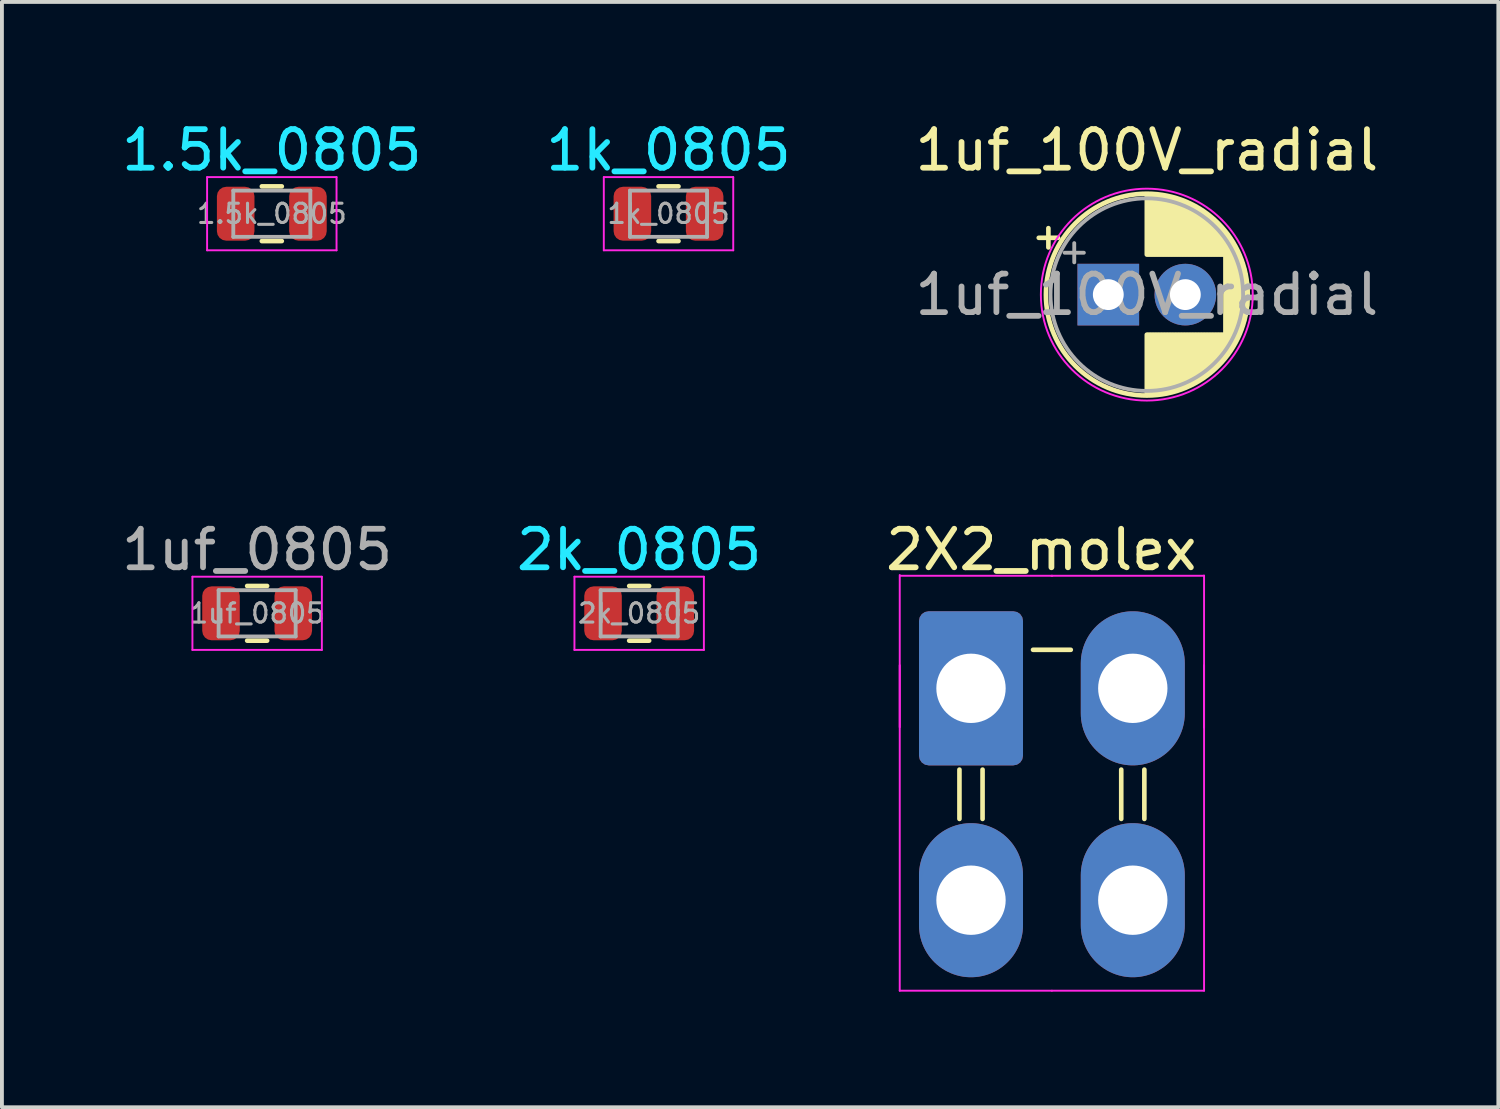
<source format=kicad_pcb>
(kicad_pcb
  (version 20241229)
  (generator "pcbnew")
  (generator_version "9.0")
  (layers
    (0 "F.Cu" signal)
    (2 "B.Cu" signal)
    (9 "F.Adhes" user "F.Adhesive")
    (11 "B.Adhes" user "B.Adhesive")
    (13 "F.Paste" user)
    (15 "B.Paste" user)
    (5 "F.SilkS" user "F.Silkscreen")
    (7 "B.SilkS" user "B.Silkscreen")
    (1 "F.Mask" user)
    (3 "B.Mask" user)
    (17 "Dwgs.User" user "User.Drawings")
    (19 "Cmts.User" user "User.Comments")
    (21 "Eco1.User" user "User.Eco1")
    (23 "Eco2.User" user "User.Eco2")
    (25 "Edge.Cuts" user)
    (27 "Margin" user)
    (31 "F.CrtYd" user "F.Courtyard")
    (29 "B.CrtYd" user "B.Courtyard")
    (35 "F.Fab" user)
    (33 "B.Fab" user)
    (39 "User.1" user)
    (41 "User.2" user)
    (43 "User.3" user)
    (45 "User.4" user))
  (footprint "2X2_molex"
    (layer "F.Cu")
    (at 22.156 14.818)
    (property "Reference" "2X2_molex" (at 1.826 -3.597 0) (layer "F.SilkS") (effects (font (size 1 1) (thickness 0.15))))
    (attr through_hole)
    (fp_line (start -0.3 2.11) (end -0.3 3.39) (stroke (width 0.12) (type solid)) (layer "F.SilkS"))
    (fp_line (start 0.3 2.11) (end 0.3 3.39) (stroke (width 0.12) (type solid)) (layer "F.SilkS"))
    (fp_line (start 1.61 -1) (end 2.59 -1) (stroke (width 0.12) (type solid)) (layer "F.SilkS"))
    (fp_line (start 3.9 2.11) (end 3.9 3.39) (stroke (width 0.12) (type solid)) (layer "F.SilkS"))
    (fp_line (start 4.5 2.11) (end 4.5 3.39) (stroke (width 0.12) (type solid)) (layer "F.SilkS"))
    (fp_line (start -1.85 1.009) (end -1.85 -2.941) (stroke (width 0.05) (type solid)) (layer "F.CrtYd"))
    (fp_line (start -1.85 -0.6) (end -1.85 7.85) (stroke (width 0.05) (type solid)) (layer "F.CrtYd"))
    (fp_line (start -1.85 7.85) (end 2.1 7.85) (stroke (width 0.05) (type solid)) (layer "F.CrtYd"))
    (fp_line (start -1.839 -2.921) (end 2.111 -2.921) (stroke (width 0.05) (type solid)) (layer "F.CrtYd"))
    (fp_line (start 2.09 -2.921) (end 6.04 -2.921) (stroke (width 0.05) (type solid)) (layer "F.CrtYd"))
    (fp_line (start 6.05 -0.6) (end 6.05 7.85) (stroke (width 0.05) (type solid)) (layer "F.CrtYd"))
    (fp_line (start 6.05 7.85) (end 2.1 7.85) (stroke (width 0.05) (type solid)) (layer "F.CrtYd"))
    (fp_line (start 6.05 1.021) (end 6.05 -2.929) (stroke (width 0.05) (type solid)) (layer "F.CrtYd"))
    (pad "1" thru_hole roundrect (at 0 0) (size 2.7 4) (drill 1.8) (layers "*.Cu" "*.Mask") (roundrect_rratio 0.093))
    (pad "2" thru_hole oval (at 4.2 0) (size 2.7 4) (drill 1.8) (layers "*.Cu" "*.Mask"))
    (pad "3" thru_hole oval (at 0 5.5) (size 2.7 4) (drill 1.8) (layers "*.Cu" "*.Mask"))
    (pad "4" thru_hole oval (at 4.2 5.5) (size 2.7 4) (drill 1.8) (layers "*.Cu" "*.Mask")))
  (footprint "2k_0805"
    (layer "F.Cu")
    (at 13.542 12.871)
    (property "Reference" "2k_0805" (at 0 -1.65 0) (layer "B.CrtYd") (effects (font (size 1 1) (thickness 0.15))))
    (attr smd)
    (fp_line (start -0.259 -0.71) (end 0.259 -0.71) (stroke (width 0.12) (type solid)) (layer "F.SilkS"))
    (fp_line (start -0.259 0.71) (end 0.259 0.71) (stroke (width 0.12) (type solid)) (layer "F.SilkS"))
    (fp_line (start -1.68 -0.95) (end 1.68 -0.95) (stroke (width 0.05) (type solid)) (layer "F.CrtYd"))
    (fp_line (start -1.68 0.95) (end -1.68 -0.95) (stroke (width 0.05) (type solid)) (layer "F.CrtYd"))
    (fp_line (start 1.68 -0.95) (end 1.68 0.95) (stroke (width 0.05) (type solid)) (layer "F.CrtYd"))
    (fp_line (start 1.68 0.95) (end -1.68 0.95) (stroke (width 0.05) (type solid)) (layer "F.CrtYd"))
    (fp_line (start -1 -0.6) (end 1 -0.6) (stroke (width 0.1) (type solid)) (layer "F.Fab"))
    (fp_line (start -1 0.6) (end -1 -0.6) (stroke (width 0.1) (type solid)) (layer "F.Fab"))
    (fp_line (start 1 -0.6) (end 1 0.6) (stroke (width 0.1) (type solid)) (layer "F.Fab"))
    (fp_line (start 1 0.6) (end -1 0.6) (stroke (width 0.1) (type solid)) (layer "F.Fab"))
    (fp_text user "${REFERENCE}" (at 0 0 0) (layer "F.Fab") (effects (font (size 0.5 0.5) (thickness 0.08))))
    (pad "1" smd roundrect (at -0.938 0) (size 0.975 1.4) (layers "F.Cu" "F.Mask" "F.Paste") (roundrect_rratio 0.25))
    (pad "2" smd roundrect (at 0.938 0) (size 0.975 1.4) (layers "F.Cu" "F.Mask" "F.Paste") (roundrect_rratio 0.25)))
  (footprint "1uf_0805"
    (layer "F.Cu")
    (at 3.625 12.871)
    (property "Reference" "1uf_0805" (at 0 -1.65 0) (layer "F.Fab") (effects (font (size 1 1) (thickness 0.15))))
    (attr smd)
    (fp_line (start -0.259 -0.71) (end 0.259 -0.71) (stroke (width 0.12) (type solid)) (layer "F.SilkS"))
    (fp_line (start -0.259 0.71) (end 0.259 0.71) (stroke (width 0.12) (type solid)) (layer "F.SilkS"))
    (fp_line (start -1.68 -0.95) (end 1.68 -0.95) (stroke (width 0.05) (type solid)) (layer "F.CrtYd"))
    (fp_line (start -1.68 0.95) (end -1.68 -0.95) (stroke (width 0.05) (type solid)) (layer "F.CrtYd"))
    (fp_line (start 1.68 -0.95) (end 1.68 0.95) (stroke (width 0.05) (type solid)) (layer "F.CrtYd"))
    (fp_line (start 1.68 0.95) (end -1.68 0.95) (stroke (width 0.05) (type solid)) (layer "F.CrtYd"))
    (fp_line (start -1 -0.6) (end 1 -0.6) (stroke (width 0.1) (type solid)) (layer "F.Fab"))
    (fp_line (start -1 0.6) (end -1 -0.6) (stroke (width 0.1) (type solid)) (layer "F.Fab"))
    (fp_line (start 1 -0.6) (end 1 0.6) (stroke (width 0.1) (type solid)) (layer "F.Fab"))
    (fp_line (start 1 0.6) (end -1 0.6) (stroke (width 0.1) (type solid)) (layer "F.Fab"))
    (fp_text user "${REFERENCE}" (at 0 0 0) (layer "F.Fab") (effects (font (size 0.5 0.5) (thickness 0.08))))
    (pad "1" smd roundrect (at -0.938 0) (size 0.975 1.4) (layers "F.Cu" "F.Mask" "F.Paste") (roundrect_rratio 0.25))
    (pad "2" smd roundrect (at 0.938 0) (size 0.975 1.4) (layers "F.Cu" "F.Mask" "F.Paste") (roundrect_rratio 0.25)))
  (footprint "1uf_100V_radial"
    (layer "F.Cu")
    (at 25.72 4.598)
    (property "Reference" "1uf_100V_radial" (at 1 -3.75 0) (layer "F.SilkS") (effects (font (size 1 1) (thickness 0.15))))
    (attr through_hole)
    (fp_line (start -1.805 -1.475) (end -1.305 -1.475) (stroke (width 0.12) (type solid)) (layer "F.SilkS"))
    (fp_line (start -1.555 -1.725) (end -1.555 -1.225) (stroke (width 0.12) (type solid)) (layer "F.SilkS"))
    (fp_line (start 1 -2.58) (end 1 -1.04) (stroke (width 0.12) (type solid)) (layer "F.SilkS"))
    (fp_line (start 1 1.04) (end 1 2.58) (stroke (width 0.12) (type solid)) (layer "F.SilkS"))
    (fp_line (start 1.04 -2.58) (end 1.04 -1.04) (stroke (width 0.12) (type solid)) (layer "F.SilkS"))
    (fp_line (start 1.04 1.04) (end 1.04 2.58) (stroke (width 0.12) (type solid)) (layer "F.SilkS"))
    (fp_line (start 1.08 -2.579) (end 1.08 -1.04) (stroke (width 0.12) (type solid)) (layer "F.SilkS"))
    (fp_line (start 1.08 1.04) (end 1.08 2.579) (stroke (width 0.12) (type solid)) (layer "F.SilkS"))
    (fp_line (start 1.12 -2.578) (end 1.12 -1.04) (stroke (width 0.12) (type solid)) (layer "F.SilkS"))
    (fp_line (start 1.12 1.04) (end 1.12 2.578) (stroke (width 0.12) (type solid)) (layer "F.SilkS"))
    (fp_line (start 1.16 -2.576) (end 1.16 -1.04) (stroke (width 0.12) (type solid)) (layer "F.SilkS"))
    (fp_line (start 1.16 1.04) (end 1.16 2.576) (stroke (width 0.12) (type solid)) (layer "F.SilkS"))
    (fp_line (start 1.2 -2.573) (end 1.2 -1.04) (stroke (width 0.12) (type solid)) (layer "F.SilkS"))
    (fp_line (start 1.2 1.04) (end 1.2 2.573) (stroke (width 0.12) (type solid)) (layer "F.SilkS"))
    (fp_line (start 1.24 -2.569) (end 1.24 -1.04) (stroke (width 0.12) (type solid)) (layer "F.SilkS"))
    (fp_line (start 1.24 1.04) (end 1.24 2.569) (stroke (width 0.12) (type solid)) (layer "F.SilkS"))
    (fp_line (start 1.28 -2.565) (end 1.28 -1.04) (stroke (width 0.12) (type solid)) (layer "F.SilkS"))
    (fp_line (start 1.28 1.04) (end 1.28 2.565) (stroke (width 0.12) (type solid)) (layer "F.SilkS"))
    (fp_line (start 1.32 -2.561) (end 1.32 -1.04) (stroke (width 0.12) (type solid)) (layer "F.SilkS"))
    (fp_line (start 1.32 1.04) (end 1.32 2.561) (stroke (width 0.12) (type solid)) (layer "F.SilkS"))
    (fp_line (start 1.36 -2.556) (end 1.36 -1.04) (stroke (width 0.12) (type solid)) (layer "F.SilkS"))
    (fp_line (start 1.36 1.04) (end 1.36 2.556) (stroke (width 0.12) (type solid)) (layer "F.SilkS"))
    (fp_line (start 1.4 -2.55) (end 1.4 -1.04) (stroke (width 0.12) (type solid)) (layer "F.SilkS"))
    (fp_line (start 1.4 1.04) (end 1.4 2.55) (stroke (width 0.12) (type solid)) (layer "F.SilkS"))
    (fp_line (start 1.44 -2.543) (end 1.44 -1.04) (stroke (width 0.12) (type solid)) (layer "F.SilkS"))
    (fp_line (start 1.44 1.04) (end 1.44 2.543) (stroke (width 0.12) (type solid)) (layer "F.SilkS"))
    (fp_line (start 1.48 -2.536) (end 1.48 -1.04) (stroke (width 0.12) (type solid)) (layer "F.SilkS"))
    (fp_line (start 1.48 1.04) (end 1.48 2.536) (stroke (width 0.12) (type solid)) (layer "F.SilkS"))
    (fp_line (start 1.52 -2.528) (end 1.52 -1.04) (stroke (width 0.12) (type solid)) (layer "F.SilkS"))
    (fp_line (start 1.52 1.04) (end 1.52 2.528) (stroke (width 0.12) (type solid)) (layer "F.SilkS"))
    (fp_line (start 1.56 -2.52) (end 1.56 -1.04) (stroke (width 0.12) (type solid)) (layer "F.SilkS"))
    (fp_line (start 1.56 1.04) (end 1.56 2.52) (stroke (width 0.12) (type solid)) (layer "F.SilkS"))
    (fp_line (start 1.6 -2.511) (end 1.6 -1.04) (stroke (width 0.12) (type solid)) (layer "F.SilkS"))
    (fp_line (start 1.6 1.04) (end 1.6 2.511) (stroke (width 0.12) (type solid)) (layer "F.SilkS"))
    (fp_line (start 1.64 -2.501) (end 1.64 -1.04) (stroke (width 0.12) (type solid)) (layer "F.SilkS"))
    (fp_line (start 1.64 1.04) (end 1.64 2.501) (stroke (width 0.12) (type solid)) (layer "F.SilkS"))
    (fp_line (start 1.68 -2.491) (end 1.68 -1.04) (stroke (width 0.12) (type solid)) (layer "F.SilkS"))
    (fp_line (start 1.68 1.04) (end 1.68 2.491) (stroke (width 0.12) (type solid)) (layer "F.SilkS"))
    (fp_line (start 1.721 -2.48) (end 1.721 -1.04) (stroke (width 0.12) (type solid)) (layer "F.SilkS"))
    (fp_line (start 1.721 1.04) (end 1.721 2.48) (stroke (width 0.12) (type solid)) (layer "F.SilkS"))
    (fp_line (start 1.761 -2.468) (end 1.761 -1.04) (stroke (width 0.12) (type solid)) (layer "F.SilkS"))
    (fp_line (start 1.761 1.04) (end 1.761 2.468) (stroke (width 0.12) (type solid)) (layer "F.SilkS"))
    (fp_line (start 1.801 -2.455) (end 1.801 -1.04) (stroke (width 0.12) (type solid)) (layer "F.SilkS"))
    (fp_line (start 1.801 1.04) (end 1.801 2.455) (stroke (width 0.12) (type solid)) (layer "F.SilkS"))
    (fp_line (start 1.841 -2.442) (end 1.841 -1.04) (stroke (width 0.12) (type solid)) (layer "F.SilkS"))
    (fp_line (start 1.841 1.04) (end 1.841 2.442) (stroke (width 0.12) (type solid)) (layer "F.SilkS"))
    (fp_line (start 1.881 -2.428) (end 1.881 -1.04) (stroke (width 0.12) (type solid)) (layer "F.SilkS"))
    (fp_line (start 1.881 1.04) (end 1.881 2.428) (stroke (width 0.12) (type solid)) (layer "F.SilkS"))
    (fp_line (start 1.921 -2.414) (end 1.921 -1.04) (stroke (width 0.12) (type solid)) (layer "F.SilkS"))
    (fp_line (start 1.921 1.04) (end 1.921 2.414) (stroke (width 0.12) (type solid)) (layer "F.SilkS"))
    (fp_line (start 1.961 -2.398) (end 1.961 -1.04) (stroke (width 0.12) (type solid)) (layer "F.SilkS"))
    (fp_line (start 1.961 1.04) (end 1.961 2.398) (stroke (width 0.12) (type solid)) (layer "F.SilkS"))
    (fp_line (start 2.001 -2.382) (end 2.001 -1.04) (stroke (width 0.12) (type solid)) (layer "F.SilkS"))
    (fp_line (start 2.001 1.04) (end 2.001 2.382) (stroke (width 0.12) (type solid)) (layer "F.SilkS"))
    (fp_line (start 2.041 -2.365) (end 2.041 -1.04) (stroke (width 0.12) (type solid)) (layer "F.SilkS"))
    (fp_line (start 2.041 1.04) (end 2.041 2.365) (stroke (width 0.12) (type solid)) (layer "F.SilkS"))
    (fp_line (start 2.081 -2.348) (end 2.081 -1.04) (stroke (width 0.12) (type solid)) (layer "F.SilkS"))
    (fp_line (start 2.081 1.04) (end 2.081 2.348) (stroke (width 0.12) (type solid)) (layer "F.SilkS"))
    (fp_line (start 2.121 -2.329) (end 2.121 -1.04) (stroke (width 0.12) (type solid)) (layer "F.SilkS"))
    (fp_line (start 2.121 1.04) (end 2.121 2.329) (stroke (width 0.12) (type solid)) (layer "F.SilkS"))
    (fp_line (start 2.161 -2.31) (end 2.161 -1.04) (stroke (width 0.12) (type solid)) (layer "F.SilkS"))
    (fp_line (start 2.161 1.04) (end 2.161 2.31) (stroke (width 0.12) (type solid)) (layer "F.SilkS"))
    (fp_line (start 2.201 -2.29) (end 2.201 -1.04) (stroke (width 0.12) (type solid)) (layer "F.SilkS"))
    (fp_line (start 2.201 1.04) (end 2.201 2.29) (stroke (width 0.12) (type solid)) (layer "F.SilkS"))
    (fp_line (start 2.241 -2.268) (end 2.241 -1.04) (stroke (width 0.12) (type solid)) (layer "F.SilkS"))
    (fp_line (start 2.241 1.04) (end 2.241 2.268) (stroke (width 0.12) (type solid)) (layer "F.SilkS"))
    (fp_line (start 2.281 -2.247) (end 2.281 -1.04) (stroke (width 0.12) (type solid)) (layer "F.SilkS"))
    (fp_line (start 2.281 1.04) (end 2.281 2.247) (stroke (width 0.12) (type solid)) (layer "F.SilkS"))
    (fp_line (start 2.321 -2.224) (end 2.321 -1.04) (stroke (width 0.12) (type solid)) (layer "F.SilkS"))
    (fp_line (start 2.321 1.04) (end 2.321 2.224) (stroke (width 0.12) (type solid)) (layer "F.SilkS"))
    (fp_line (start 2.361 -2.2) (end 2.361 -1.04) (stroke (width 0.12) (type solid)) (layer "F.SilkS"))
    (fp_line (start 2.361 1.04) (end 2.361 2.2) (stroke (width 0.12) (type solid)) (layer "F.SilkS"))
    (fp_line (start 2.401 -2.175) (end 2.401 -1.04) (stroke (width 0.12) (type solid)) (layer "F.SilkS"))
    (fp_line (start 2.401 1.04) (end 2.401 2.175) (stroke (width 0.12) (type solid)) (layer "F.SilkS"))
    (fp_line (start 2.441 -2.149) (end 2.441 -1.04) (stroke (width 0.12) (type solid)) (layer "F.SilkS"))
    (fp_line (start 2.441 1.04) (end 2.441 2.149) (stroke (width 0.12) (type solid)) (layer "F.SilkS"))
    (fp_line (start 2.481 -2.122) (end 2.481 -1.04) (stroke (width 0.12) (type solid)) (layer "F.SilkS"))
    (fp_line (start 2.481 1.04) (end 2.481 2.122) (stroke (width 0.12) (type solid)) (layer "F.SilkS"))
    (fp_line (start 2.521 -2.095) (end 2.521 -1.04) (stroke (width 0.12) (type solid)) (layer "F.SilkS"))
    (fp_line (start 2.521 1.04) (end 2.521 2.095) (stroke (width 0.12) (type solid)) (layer "F.SilkS"))
    (fp_line (start 2.561 -2.065) (end 2.561 -1.04) (stroke (width 0.12) (type solid)) (layer "F.SilkS"))
    (fp_line (start 2.561 1.04) (end 2.561 2.065) (stroke (width 0.12) (type solid)) (layer "F.SilkS"))
    (fp_line (start 2.601 -2.035) (end 2.601 -1.04) (stroke (width 0.12) (type solid)) (layer "F.SilkS"))
    (fp_line (start 2.601 1.04) (end 2.601 2.035) (stroke (width 0.12) (type solid)) (layer "F.SilkS"))
    (fp_line (start 2.641 -2.004) (end 2.641 -1.04) (stroke (width 0.12) (type solid)) (layer "F.SilkS"))
    (fp_line (start 2.641 1.04) (end 2.641 2.004) (stroke (width 0.12) (type solid)) (layer "F.SilkS"))
    (fp_line (start 2.681 -1.971) (end 2.681 -1.04) (stroke (width 0.12) (type solid)) (layer "F.SilkS"))
    (fp_line (start 2.681 1.04) (end 2.681 1.971) (stroke (width 0.12) (type solid)) (layer "F.SilkS"))
    (fp_line (start 2.721 -1.937) (end 2.721 -1.04) (stroke (width 0.12) (type solid)) (layer "F.SilkS"))
    (fp_line (start 2.721 1.04) (end 2.721 1.937) (stroke (width 0.12) (type solid)) (layer "F.SilkS"))
    (fp_line (start 2.761 -1.901) (end 2.761 -1.04) (stroke (width 0.12) (type solid)) (layer "F.SilkS"))
    (fp_line (start 2.761 1.04) (end 2.761 1.901) (stroke (width 0.12) (type solid)) (layer "F.SilkS"))
    (fp_line (start 2.801 -1.864) (end 2.801 -1.04) (stroke (width 0.12) (type solid)) (layer "F.SilkS"))
    (fp_line (start 2.801 1.04) (end 2.801 1.864) (stroke (width 0.12) (type solid)) (layer "F.SilkS"))
    (fp_line (start 2.841 -1.826) (end 2.841 -1.04) (stroke (width 0.12) (type solid)) (layer "F.SilkS"))
    (fp_line (start 2.841 1.04) (end 2.841 1.826) (stroke (width 0.12) (type solid)) (layer "F.SilkS"))
    (fp_line (start 2.881 -1.785) (end 2.881 -1.04) (stroke (width 0.12) (type solid)) (layer "F.SilkS"))
    (fp_line (start 2.881 1.04) (end 2.881 1.785) (stroke (width 0.12) (type solid)) (layer "F.SilkS"))
    (fp_line (start 2.921 -1.743) (end 2.921 -1.04) (stroke (width 0.12) (type solid)) (layer "F.SilkS"))
    (fp_line (start 2.921 1.04) (end 2.921 1.743) (stroke (width 0.12) (type solid)) (layer "F.SilkS"))
    (fp_line (start 2.961 -1.699) (end 2.961 -1.04) (stroke (width 0.12) (type solid)) (layer "F.SilkS"))
    (fp_line (start 2.961 1.04) (end 2.961 1.699) (stroke (width 0.12) (type solid)) (layer "F.SilkS"))
    (fp_line (start 3.001 -1.653) (end 3.001 -1.04) (stroke (width 0.12) (type solid)) (layer "F.SilkS"))
    (fp_line (start 3.001 1.04) (end 3.001 1.653) (stroke (width 0.12) (type solid)) (layer "F.SilkS"))
    (fp_line (start 3.041 -1.605) (end 3.041 1.605) (stroke (width 0.12) (type solid)) (layer "F.SilkS"))
    (fp_line (start 3.081 -1.554) (end 3.081 1.554) (stroke (width 0.12) (type solid)) (layer "F.SilkS"))
    (fp_line (start 3.121 -1.5) (end 3.121 1.5) (stroke (width 0.12) (type solid)) (layer "F.SilkS"))
    (fp_line (start 3.161 -1.443) (end 3.161 1.443) (stroke (width 0.12) (type solid)) (layer "F.SilkS"))
    (fp_line (start 3.201 -1.383) (end 3.201 1.383) (stroke (width 0.12) (type solid)) (layer "F.SilkS"))
    (fp_line (start 3.241 -1.319) (end 3.241 1.319) (stroke (width 0.12) (type solid)) (layer "F.SilkS"))
    (fp_line (start 3.281 -1.251) (end 3.281 1.251) (stroke (width 0.12) (type solid)) (layer "F.SilkS"))
    (fp_line (start 3.321 -1.178) (end 3.321 1.178) (stroke (width 0.12) (type solid)) (layer "F.SilkS"))
    (fp_line (start 3.361 -1.098) (end 3.361 1.098) (stroke (width 0.12) (type solid)) (layer "F.SilkS"))
    (fp_line (start 3.401 -1.011) (end 3.401 1.011) (stroke (width 0.12) (type solid)) (layer "F.SilkS"))
    (fp_line (start 3.441 -0.915) (end 3.441 0.915) (stroke (width 0.12) (type solid)) (layer "F.SilkS"))
    (fp_line (start 3.481 -0.805) (end 3.481 0.805) (stroke (width 0.12) (type solid)) (layer "F.SilkS"))
    (fp_line (start 3.521 -0.677) (end 3.521 0.677) (stroke (width 0.12) (type solid)) (layer "F.SilkS"))
    (fp_line (start 3.561 -0.518) (end 3.561 0.518) (stroke (width 0.12) (type solid)) (layer "F.SilkS"))
    (fp_line (start 3.601 -0.284) (end 3.601 0.284) (stroke (width 0.12) (type solid)) (layer "F.SilkS"))
    (fp_circle (center 1 0) (end 3.62 0) (stroke (width 0.12) (type solid)) (fill no) (layer "F.SilkS"))
    (fp_circle (center 1 0) (end 3.75 0) (stroke (width 0.05) (type solid)) (fill no) (layer "F.CrtYd"))
    (fp_line (start -1.134 -1.087) (end -0.634 -1.087) (stroke (width 0.1) (type solid)) (layer "F.Fab"))
    (fp_line (start -0.884 -1.337) (end -0.884 -0.838) (stroke (width 0.1) (type solid)) (layer "F.Fab"))
    (fp_circle (center 1 0) (end 3.5 0) (stroke (width 0.1) (type solid)) (fill no) (layer "F.Fab"))
    (fp_text user "${REFERENCE}" (at 1 0 0) (layer "F.Fab") (effects (font (size 1 1) (thickness 0.15))))
    (pad "1" thru_hole rect (at 0 0) (size 1.6 1.6) (drill 0.8) (layers "*.Cu" "*.Mask"))
    (pad "2" thru_hole circle (at 2 0) (size 1.6 1.6) (drill 0.8) (layers "*.Cu" "*.Mask")))
  (footprint "1k_0805"
    (layer "F.Cu")
    (at 14.304 2.498)
    (property "Reference" "1k_0805" (at 0 -1.65 0) (layer "B.CrtYd") (effects (font (size 1 1) (thickness 0.15))))
    (attr smd)
    (fp_line (start -0.259 -0.71) (end 0.259 -0.71) (stroke (width 0.12) (type solid)) (layer "F.SilkS"))
    (fp_line (start -0.259 0.71) (end 0.259 0.71) (stroke (width 0.12) (type solid)) (layer "F.SilkS"))
    (fp_line (start -1.68 -0.95) (end 1.68 -0.95) (stroke (width 0.05) (type solid)) (layer "F.CrtYd"))
    (fp_line (start -1.68 0.95) (end -1.68 -0.95) (stroke (width 0.05) (type solid)) (layer "F.CrtYd"))
    (fp_line (start 1.68 -0.95) (end 1.68 0.95) (stroke (width 0.05) (type solid)) (layer "F.CrtYd"))
    (fp_line (start 1.68 0.95) (end -1.68 0.95) (stroke (width 0.05) (type solid)) (layer "F.CrtYd"))
    (fp_line (start -1 -0.6) (end 1 -0.6) (stroke (width 0.1) (type solid)) (layer "F.Fab"))
    (fp_line (start -1 0.6) (end -1 -0.6) (stroke (width 0.1) (type solid)) (layer "F.Fab"))
    (fp_line (start 1 -0.6) (end 1 0.6) (stroke (width 0.1) (type solid)) (layer "F.Fab"))
    (fp_line (start 1 0.6) (end -1 0.6) (stroke (width 0.1) (type solid)) (layer "F.Fab"))
    (fp_text user "${REFERENCE}" (at 0 0 0) (layer "F.Fab") (effects (font (size 0.5 0.5) (thickness 0.08))))
    (pad "1" smd roundrect (at -0.938 0) (size 0.975 1.4) (layers "F.Cu" "F.Mask" "F.Paste") (roundrect_rratio 0.25))
    (pad "2" smd roundrect (at 0.938 0) (size 0.975 1.4) (layers "F.Cu" "F.Mask" "F.Paste") (roundrect_rratio 0.25)))
  (footprint "1.5k_0805"
    (layer "F.Cu")
    (at 4.006 2.498)
    (property "Reference" "1.5k_0805" (at 0 -1.65 0) (layer "B.CrtYd") (effects (font (size 1 1) (thickness 0.15))))
    (attr smd)
    (fp_line (start -0.259 -0.71) (end 0.259 -0.71) (stroke (width 0.12) (type solid)) (layer "F.SilkS"))
    (fp_line (start -0.259 0.71) (end 0.259 0.71) (stroke (width 0.12) (type solid)) (layer "F.SilkS"))
    (fp_line (start -1.68 -0.95) (end 1.68 -0.95) (stroke (width 0.05) (type solid)) (layer "F.CrtYd"))
    (fp_line (start -1.68 0.95) (end -1.68 -0.95) (stroke (width 0.05) (type solid)) (layer "F.CrtYd"))
    (fp_line (start 1.68 -0.95) (end 1.68 0.95) (stroke (width 0.05) (type solid)) (layer "F.CrtYd"))
    (fp_line (start 1.68 0.95) (end -1.68 0.95) (stroke (width 0.05) (type solid)) (layer "F.CrtYd"))
    (fp_line (start -1 -0.6) (end 1 -0.6) (stroke (width 0.1) (type solid)) (layer "F.Fab"))
    (fp_line (start -1 0.6) (end -1 -0.6) (stroke (width 0.1) (type solid)) (layer "F.Fab"))
    (fp_line (start 1 -0.6) (end 1 0.6) (stroke (width 0.1) (type solid)) (layer "F.Fab"))
    (fp_line (start 1 0.6) (end -1 0.6) (stroke (width 0.1) (type solid)) (layer "F.Fab"))
    (fp_text user "${REFERENCE}" (at 0 0 0) (layer "F.Fab") (effects (font (size 0.5 0.5) (thickness 0.08))))
    (pad "1" smd roundrect (at -0.938 0) (size 0.975 1.4) (layers "F.Cu" "F.Mask" "F.Paste") (roundrect_rratio 0.25))
    (pad "2" smd roundrect (at 0.938 0) (size 0.975 1.4) (layers "F.Cu" "F.Mask" "F.Paste") (roundrect_rratio 0.25)))
  (gr_rect
    (start -3 -3)
    (end 35.845 25.693)
    (stroke (width 0.1) (type default))
    (fill no)
    (layer "Edge.Cuts")))
</source>
